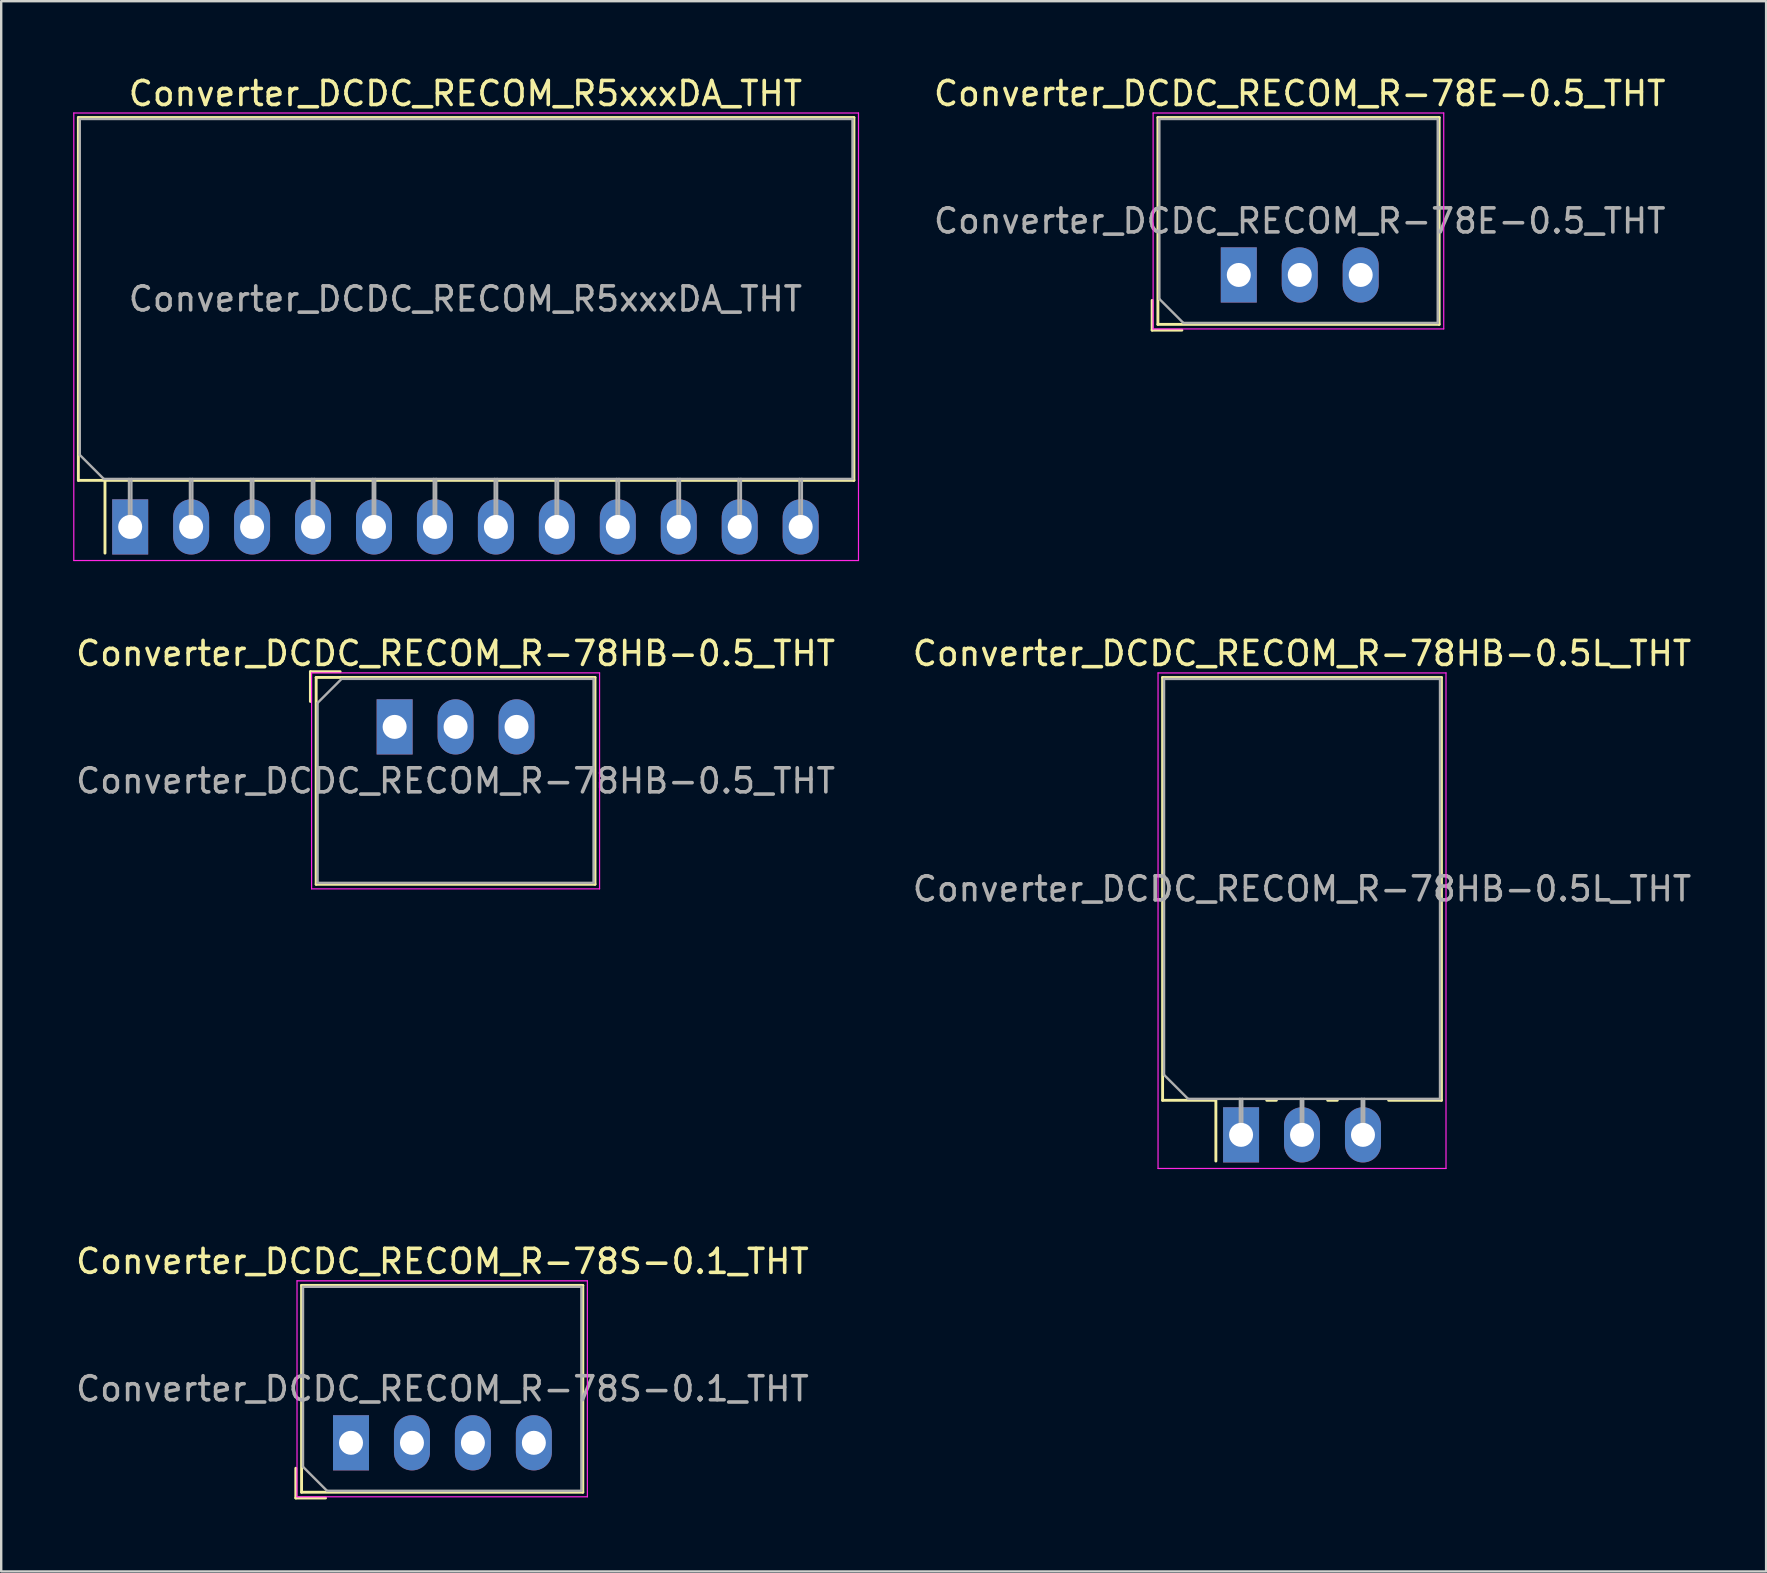
<source format=kicad_pcb>
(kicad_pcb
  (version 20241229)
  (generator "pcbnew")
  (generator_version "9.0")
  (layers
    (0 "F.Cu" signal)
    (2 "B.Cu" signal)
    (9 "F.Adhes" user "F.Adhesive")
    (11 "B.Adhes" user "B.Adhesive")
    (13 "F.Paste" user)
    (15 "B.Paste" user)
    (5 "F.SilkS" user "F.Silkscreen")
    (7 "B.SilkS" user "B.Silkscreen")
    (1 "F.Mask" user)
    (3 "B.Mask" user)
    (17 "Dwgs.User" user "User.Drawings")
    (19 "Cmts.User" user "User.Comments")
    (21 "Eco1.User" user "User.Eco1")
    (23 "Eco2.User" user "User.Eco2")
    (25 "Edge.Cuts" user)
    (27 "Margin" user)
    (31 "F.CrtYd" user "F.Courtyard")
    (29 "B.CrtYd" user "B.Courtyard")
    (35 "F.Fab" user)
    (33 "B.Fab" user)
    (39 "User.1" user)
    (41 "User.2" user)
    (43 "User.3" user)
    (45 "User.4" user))
  (footprint "Converter_DCDC_RECOM_R-78HB-0.5L_THT"
    (layer "F.Cu")
    (at 48.668 44.242)
    (property "Reference" "Converter_DCDC_RECOM_R-78HB-0.5L_THT" (at 2.54 -20.06 0) (layer "F.SilkS") (effects (font (size 1 1) (thickness 0.15))))
    (attr through_hole)
    (fp_line (start -3.27 -19.06) (end -3.27 -1.44) (stroke (width 0.12) (type solid)) (layer "F.SilkS"))
    (fp_line (start -3.27 -19.06) (end 8.35 -19.06) (stroke (width 0.12) (type solid)) (layer "F.SilkS"))
    (fp_line (start -3.27 -1.44) (end -1.07 -1.44) (stroke (width 0.12) (type solid)) (layer "F.SilkS"))
    (fp_line (start -1.05 -1.44) (end -1.05 1.091) (stroke (width 0.12) (type solid)) (layer "F.SilkS"))
    (fp_line (start 1.07 -1.44) (end 1.471 -1.44) (stroke (width 0.12) (type solid)) (layer "F.SilkS"))
    (fp_line (start 3.61 -1.44) (end 4.01 -1.44) (stroke (width 0.12) (type solid)) (layer "F.SilkS"))
    (fp_line (start 6.15 -1.44) (end 8.35 -1.44) (stroke (width 0.12) (type solid)) (layer "F.SilkS"))
    (fp_line (start 8.35 -19.06) (end 8.35 -1.44) (stroke (width 0.12) (type solid)) (layer "F.SilkS"))
    (fp_line (start -3.46 -19.25) (end -3.46 1.4) (stroke (width 0.05) (type solid)) (layer "F.CrtYd"))
    (fp_line (start -3.46 1.4) (end 8.54 1.4) (stroke (width 0.05) (type solid)) (layer "F.CrtYd"))
    (fp_line (start 8.54 -19.25) (end -3.46 -19.25) (stroke (width 0.05) (type solid)) (layer "F.CrtYd"))
    (fp_line (start 8.54 1.4) (end 8.54 -19.25) (stroke (width 0.05) (type solid)) (layer "F.CrtYd"))
    (fp_line (start -3.21 -19) (end 8.29 -19) (stroke (width 0.1) (type solid)) (layer "F.Fab"))
    (fp_line (start -3.21 -2.5) (end -3.21 -19) (stroke (width 0.1) (type solid)) (layer "F.Fab"))
    (fp_line (start -2.21 -1.5) (end -3.21 -2.5) (stroke (width 0.1) (type solid)) (layer "F.Fab"))
    (fp_line (start -0.05 0) (end -0.05 -1.5) (stroke (width 0.1) (type solid)) (layer "F.Fab"))
    (fp_line (start 0.05 0) (end 0.05 -1.5) (stroke (width 0.1) (type solid)) (layer "F.Fab"))
    (fp_line (start 2.49 0) (end 2.49 -1.5) (stroke (width 0.1) (type solid)) (layer "F.Fab"))
    (fp_line (start 2.59 0) (end 2.59 -1.5) (stroke (width 0.1) (type solid)) (layer "F.Fab"))
    (fp_line (start 5.03 0) (end 5.03 -1.5) (stroke (width 0.1) (type solid)) (layer "F.Fab"))
    (fp_line (start 5.13 0) (end 5.13 -1.5) (stroke (width 0.1) (type solid)) (layer "F.Fab"))
    (fp_line (start 8.29 -19) (end 8.29 -1.5) (stroke (width 0.1) (type solid)) (layer "F.Fab"))
    (fp_line (start 8.29 -1.5) (end -2.21 -1.5) (stroke (width 0.1) (type solid)) (layer "F.Fab"))
    (fp_text user "${REFERENCE}" (at 2.54 -10.25 0) (layer "F.Fab") (effects (font (size 1 1) (thickness 0.15))))
    (pad "1" thru_hole rect (at 0 0) (size 1.5 2.3) (drill 1) (layers "*.Cu" "*.Mask"))
    (pad "2" thru_hole oval (at 2.54 0) (size 1.5 2.3) (drill 1) (layers "*.Cu" "*.Mask"))
    (pad "3" thru_hole oval (at 5.08 0) (size 1.5 2.3) (drill 1) (layers "*.Cu" "*.Mask")))
  (footprint "Converter_DCDC_RECOM_R-78HB-0.5_THT"
    (layer "F.Cu")
    (at 13.395 27.241)
    (property "Reference" "Converter_DCDC_RECOM_R-78HB-0.5_THT" (at 2.54 -3.06 0) (layer "F.SilkS") (effects (font (size 1 1) (thickness 0.15))))
    (attr through_hole)
    (fp_line (start -3.51 -2.3) (end -2.27 -2.3) (stroke (width 0.12) (type solid)) (layer "F.SilkS"))
    (fp_line (start -3.51 -1.06) (end -3.51 -2.3) (stroke (width 0.12) (type solid)) (layer "F.SilkS"))
    (fp_line (start -3.27 -2.06) (end -3.27 6.56) (stroke (width 0.12) (type solid)) (layer "F.SilkS"))
    (fp_line (start -3.27 -2.06) (end 8.35 -2.06) (stroke (width 0.12) (type solid)) (layer "F.SilkS"))
    (fp_line (start -3.27 6.56) (end 8.35 6.56) (stroke (width 0.12) (type solid)) (layer "F.SilkS"))
    (fp_line (start 8.35 -2.06) (end 8.35 6.56) (stroke (width 0.12) (type solid)) (layer "F.SilkS"))
    (fp_line (start -3.46 -2.25) (end -3.46 6.75) (stroke (width 0.05) (type solid)) (layer "F.CrtYd"))
    (fp_line (start -3.46 6.75) (end 8.54 6.75) (stroke (width 0.05) (type solid)) (layer "F.CrtYd"))
    (fp_line (start 8.54 -2.25) (end -3.46 -2.25) (stroke (width 0.05) (type solid)) (layer "F.CrtYd"))
    (fp_line (start 8.54 6.75) (end 8.54 -2.25) (stroke (width 0.05) (type solid)) (layer "F.CrtYd"))
    (fp_line (start -3.21 -1) (end -2.21 -2) (stroke (width 0.1) (type solid)) (layer "F.Fab"))
    (fp_line (start -3.21 6.5) (end -3.21 -1) (stroke (width 0.1) (type solid)) (layer "F.Fab"))
    (fp_line (start -2.21 -2) (end 8.29 -2) (stroke (width 0.1) (type solid)) (layer "F.Fab"))
    (fp_line (start 8.29 -2) (end 8.29 6.5) (stroke (width 0.1) (type solid)) (layer "F.Fab"))
    (fp_line (start 8.29 6.5) (end -3.21 6.5) (stroke (width 0.1) (type solid)) (layer "F.Fab"))
    (fp_text user "${REFERENCE}" (at 2.54 2.25 0) (layer "F.Fab") (effects (font (size 1 1) (thickness 0.15))))
    (pad "1" thru_hole rect (at 0 0) (size 1.5 2.3) (drill 1) (layers "*.Cu" "*.Mask"))
    (pad "2" thru_hole oval (at 2.54 0) (size 1.5 2.3) (drill 1) (layers "*.Cu" "*.Mask"))
    (pad "3" thru_hole oval (at 5.08 0) (size 1.5 2.3) (drill 1) (layers "*.Cu" "*.Mask")))
  (footprint "Converter_DCDC_RECOM_R-78E-0.5_THT"
    (layer "F.Cu")
    (at 48.573 8.408)
    (property "Reference" "Converter_DCDC_RECOM_R-78E-0.5_THT" (at 2.54 -7.56 0) (layer "F.SilkS") (effects (font (size 1 1) (thickness 0.15))))
    (attr through_hole)
    (fp_line (start -3.611 1.06) (end -3.611 2.3) (stroke (width 0.12) (type solid)) (layer "F.SilkS"))
    (fp_line (start -3.611 2.3) (end -2.371 2.3) (stroke (width 0.12) (type solid)) (layer "F.SilkS"))
    (fp_line (start -3.371 -6.56) (end -3.371 2.06) (stroke (width 0.12) (type solid)) (layer "F.SilkS"))
    (fp_line (start -3.371 -6.56) (end 8.35 -6.56) (stroke (width 0.12) (type solid)) (layer "F.SilkS"))
    (fp_line (start -3.371 2.06) (end 8.35 2.06) (stroke (width 0.12) (type solid)) (layer "F.SilkS"))
    (fp_line (start 8.35 -6.56) (end 8.35 2.06) (stroke (width 0.12) (type solid)) (layer "F.SilkS"))
    (fp_line (start -3.57 -6.75) (end -3.57 2.25) (stroke (width 0.05) (type solid)) (layer "F.CrtYd"))
    (fp_line (start -3.57 2.25) (end 8.54 2.25) (stroke (width 0.05) (type solid)) (layer "F.CrtYd"))
    (fp_line (start 8.54 -6.75) (end -3.57 -6.75) (stroke (width 0.05) (type solid)) (layer "F.CrtYd"))
    (fp_line (start 8.54 2.25) (end 8.54 -6.75) (stroke (width 0.05) (type solid)) (layer "F.CrtYd"))
    (fp_line (start -3.31 -6.5) (end 8.29 -6.5) (stroke (width 0.1) (type solid)) (layer "F.Fab"))
    (fp_line (start -3.31 1) (end -3.31 -6.5) (stroke (width 0.1) (type solid)) (layer "F.Fab"))
    (fp_line (start -2.31 2) (end -3.31 1) (stroke (width 0.1) (type solid)) (layer "F.Fab"))
    (fp_line (start 8.29 -6.5) (end 8.29 2) (stroke (width 0.1) (type solid)) (layer "F.Fab"))
    (fp_line (start 8.29 2) (end -2.31 2) (stroke (width 0.1) (type solid)) (layer "F.Fab"))
    (fp_text user "${REFERENCE}" (at 2.54 -2.25 0) (layer "F.Fab") (effects (font (size 1 1) (thickness 0.15))))
    (pad "1" thru_hole rect (at 0 0) (size 1.5 2.3) (drill 1) (layers "*.Cu" "*.Mask"))
    (pad "2" thru_hole oval (at 2.54 0) (size 1.5 2.3) (drill 1) (layers "*.Cu" "*.Mask"))
    (pad "3" thru_hole oval (at 5.08 0) (size 1.5 2.3) (drill 1) (layers "*.Cu" "*.Mask")))
  (footprint "Converter_DCDC_RECOM_R5xxxDA_THT"
    (layer "F.Cu")
    (at 2.375 18.908)
    (property "Reference" "Converter_DCDC_RECOM_R5xxxDA_THT" (at 13.97 -18.06 0) (layer "F.SilkS") (effects (font (size 1 1) (thickness 0.15))))
    (attr through_hole)
    (fp_line (start -2.16 -17.06) (end -2.16 -1.94) (stroke (width 0.12) (type solid)) (layer "F.SilkS"))
    (fp_line (start -2.16 -17.06) (end 30.16 -17.06) (stroke (width 0.12) (type solid)) (layer "F.SilkS"))
    (fp_line (start -2.16 -1.94) (end 30.16 -1.94) (stroke (width 0.12) (type solid)) (layer "F.SilkS"))
    (fp_line (start -1.05 -1.94) (end -1.05 1.091) (stroke (width 0.12) (type solid)) (layer "F.SilkS"))
    (fp_line (start 30.16 -17.06) (end 30.16 -1.94) (stroke (width 0.12) (type solid)) (layer "F.SilkS"))
    (fp_line (start -2.35 -17.25) (end -2.35 1.4) (stroke (width 0.05) (type solid)) (layer "F.CrtYd"))
    (fp_line (start -2.35 1.4) (end 30.35 1.4) (stroke (width 0.05) (type solid)) (layer "F.CrtYd"))
    (fp_line (start 30.35 -17.25) (end -2.35 -17.25) (stroke (width 0.05) (type solid)) (layer "F.CrtYd"))
    (fp_line (start 30.35 1.4) (end 30.35 -17.25) (stroke (width 0.05) (type solid)) (layer "F.CrtYd"))
    (fp_line (start -2.1 -17) (end 30.1 -17) (stroke (width 0.1) (type solid)) (layer "F.Fab"))
    (fp_line (start -2.1 -3) (end -2.1 -17) (stroke (width 0.1) (type solid)) (layer "F.Fab"))
    (fp_line (start -1.1 -2) (end -2.1 -3) (stroke (width 0.1) (type solid)) (layer "F.Fab"))
    (fp_line (start -0.05 0) (end -0.05 -2) (stroke (width 0.1) (type solid)) (layer "F.Fab"))
    (fp_line (start 0.05 0) (end 0.05 -2) (stroke (width 0.1) (type solid)) (layer "F.Fab"))
    (fp_line (start 2.49 0) (end 2.49 -2) (stroke (width 0.1) (type solid)) (layer "F.Fab"))
    (fp_line (start 2.59 0) (end 2.59 -2) (stroke (width 0.1) (type solid)) (layer "F.Fab"))
    (fp_line (start 5.03 0) (end 5.03 -2) (stroke (width 0.1) (type solid)) (layer "F.Fab"))
    (fp_line (start 5.13 0) (end 5.13 -2) (stroke (width 0.1) (type solid)) (layer "F.Fab"))
    (fp_line (start 7.57 0) (end 7.57 -2) (stroke (width 0.1) (type solid)) (layer "F.Fab"))
    (fp_line (start 7.67 0) (end 7.67 -2) (stroke (width 0.1) (type solid)) (layer "F.Fab"))
    (fp_line (start 10.11 0) (end 10.11 -2) (stroke (width 0.1) (type solid)) (layer "F.Fab"))
    (fp_line (start 10.21 0) (end 10.21 -2) (stroke (width 0.1) (type solid)) (layer "F.Fab"))
    (fp_line (start 12.65 0) (end 12.65 -2) (stroke (width 0.1) (type solid)) (layer "F.Fab"))
    (fp_line (start 12.75 0) (end 12.75 -2) (stroke (width 0.1) (type solid)) (layer "F.Fab"))
    (fp_line (start 15.19 0) (end 15.19 -2) (stroke (width 0.1) (type solid)) (layer "F.Fab"))
    (fp_line (start 15.29 0) (end 15.29 -2) (stroke (width 0.1) (type solid)) (layer "F.Fab"))
    (fp_line (start 17.73 0) (end 17.73 -2) (stroke (width 0.1) (type solid)) (layer "F.Fab"))
    (fp_line (start 17.83 0) (end 17.83 -2) (stroke (width 0.1) (type solid)) (layer "F.Fab"))
    (fp_line (start 20.27 0) (end 20.27 -2) (stroke (width 0.1) (type solid)) (layer "F.Fab"))
    (fp_line (start 20.37 0) (end 20.37 -2) (stroke (width 0.1) (type solid)) (layer "F.Fab"))
    (fp_line (start 22.81 0) (end 22.81 -2) (stroke (width 0.1) (type solid)) (layer "F.Fab"))
    (fp_line (start 22.91 0) (end 22.91 -2) (stroke (width 0.1) (type solid)) (layer "F.Fab"))
    (fp_line (start 25.35 0) (end 25.35 -2) (stroke (width 0.1) (type solid)) (layer "F.Fab"))
    (fp_line (start 25.45 0) (end 25.45 -2) (stroke (width 0.1) (type solid)) (layer "F.Fab"))
    (fp_line (start 27.89 0) (end 27.89 -2) (stroke (width 0.1) (type solid)) (layer "F.Fab"))
    (fp_line (start 27.99 0) (end 27.99 -2) (stroke (width 0.1) (type solid)) (layer "F.Fab"))
    (fp_line (start 30.1 -17) (end 30.1 -2) (stroke (width 0.1) (type solid)) (layer "F.Fab"))
    (fp_line (start 30.1 -2) (end -1.1 -2) (stroke (width 0.1) (type solid)) (layer "F.Fab"))
    (fp_text user "${REFERENCE}" (at 13.97 -9.5 0) (layer "F.Fab") (effects (font (size 1 1) (thickness 0.15))))
    (pad "1" thru_hole rect (at 0 0) (size 1.5 2.3) (drill 1) (layers "*.Cu" "*.Mask"))
    (pad "2" thru_hole oval (at 2.54 0) (size 1.5 2.3) (drill 1) (layers "*.Cu" "*.Mask"))
    (pad "3" thru_hole oval (at 5.08 0) (size 1.5 2.3) (drill 1) (layers "*.Cu" "*.Mask"))
    (pad "4" thru_hole oval (at 7.62 0) (size 1.5 2.3) (drill 1) (layers "*.Cu" "*.Mask"))
    (pad "5" thru_hole oval (at 10.16 0) (size 1.5 2.3) (drill 1) (layers "*.Cu" "*.Mask"))
    (pad "6" thru_hole oval (at 12.7 0) (size 1.5 2.3) (drill 1) (layers "*.Cu" "*.Mask"))
    (pad "7" thru_hole oval (at 15.24 0) (size 1.5 2.3) (drill 1) (layers "*.Cu" "*.Mask"))
    (pad "8" thru_hole oval (at 17.78 0) (size 1.5 2.3) (drill 1) (layers "*.Cu" "*.Mask"))
    (pad "9" thru_hole oval (at 20.32 0) (size 1.5 2.3) (drill 1) (layers "*.Cu" "*.Mask"))
    (pad "10" thru_hole oval (at 22.86 0) (size 1.5 2.3) (drill 1) (layers "*.Cu" "*.Mask"))
    (pad "11" thru_hole oval (at 25.4 0) (size 1.5 2.3) (drill 1) (layers "*.Cu" "*.Mask"))
    (pad "12" thru_hole oval (at 27.94 0) (size 1.5 2.3) (drill 1) (layers "*.Cu" "*.Mask")))
  (footprint "Converter_DCDC_RECOM_R-78S-0.1_THT"
    (layer "F.Cu")
    (at 11.577 57.075)
    (property "Reference" "Converter_DCDC_RECOM_R-78S-0.1_THT" (at 3.81 -7.56 0) (layer "F.SilkS") (effects (font (size 1 1) (thickness 0.15))))
    (attr through_hole)
    (fp_line (start -2.3 1.06) (end -2.3 2.3) (stroke (width 0.12) (type solid)) (layer "F.SilkS"))
    (fp_line (start -2.3 2.3) (end -1.06 2.3) (stroke (width 0.12) (type solid)) (layer "F.SilkS"))
    (fp_line (start -2.06 -6.56) (end -2.06 2.06) (stroke (width 0.12) (type solid)) (layer "F.SilkS"))
    (fp_line (start -2.06 -6.56) (end 9.66 -6.56) (stroke (width 0.12) (type solid)) (layer "F.SilkS"))
    (fp_line (start -2.06 2.06) (end 9.66 2.06) (stroke (width 0.12) (type solid)) (layer "F.SilkS"))
    (fp_line (start 9.66 -6.56) (end 9.66 2.06) (stroke (width 0.12) (type solid)) (layer "F.SilkS"))
    (fp_line (start -2.25 -6.75) (end -2.25 2.25) (stroke (width 0.05) (type solid)) (layer "F.CrtYd"))
    (fp_line (start -2.25 2.25) (end 9.85 2.25) (stroke (width 0.05) (type solid)) (layer "F.CrtYd"))
    (fp_line (start 9.85 -6.75) (end -2.25 -6.75) (stroke (width 0.05) (type solid)) (layer "F.CrtYd"))
    (fp_line (start 9.85 2.25) (end 9.85 -6.75) (stroke (width 0.05) (type solid)) (layer "F.CrtYd"))
    (fp_line (start -2 -6.5) (end 9.6 -6.5) (stroke (width 0.1) (type solid)) (layer "F.Fab"))
    (fp_line (start -2 1) (end -2 -6.5) (stroke (width 0.1) (type solid)) (layer "F.Fab"))
    (fp_line (start -1 2) (end -2 1) (stroke (width 0.1) (type solid)) (layer "F.Fab"))
    (fp_line (start 9.6 -6.5) (end 9.6 2) (stroke (width 0.1) (type solid)) (layer "F.Fab"))
    (fp_line (start 9.6 2) (end -1 2) (stroke (width 0.1) (type solid)) (layer "F.Fab"))
    (fp_text user "${REFERENCE}" (at 3.81 -2.25 0) (layer "F.Fab") (effects (font (size 1 1) (thickness 0.15))))
    (pad "1" thru_hole rect (at 0 0) (size 1.5 2.3) (drill 1) (layers "*.Cu" "*.Mask"))
    (pad "2" thru_hole oval (at 2.54 0) (size 1.5 2.3) (drill 1) (layers "*.Cu" "*.Mask"))
    (pad "3" thru_hole oval (at 5.08 0) (size 1.5 2.3) (drill 1) (layers "*.Cu" "*.Mask"))
    (pad "4" thru_hole oval (at 7.62 0) (size 1.5 2.3) (drill 1) (layers "*.Cu" "*.Mask")))
  (gr_rect
    (start -3 -3)
    (end 70.548 62.435)
    (stroke (width 0.1) (type default))
    (fill no)
    (layer "Edge.Cuts")))
</source>
